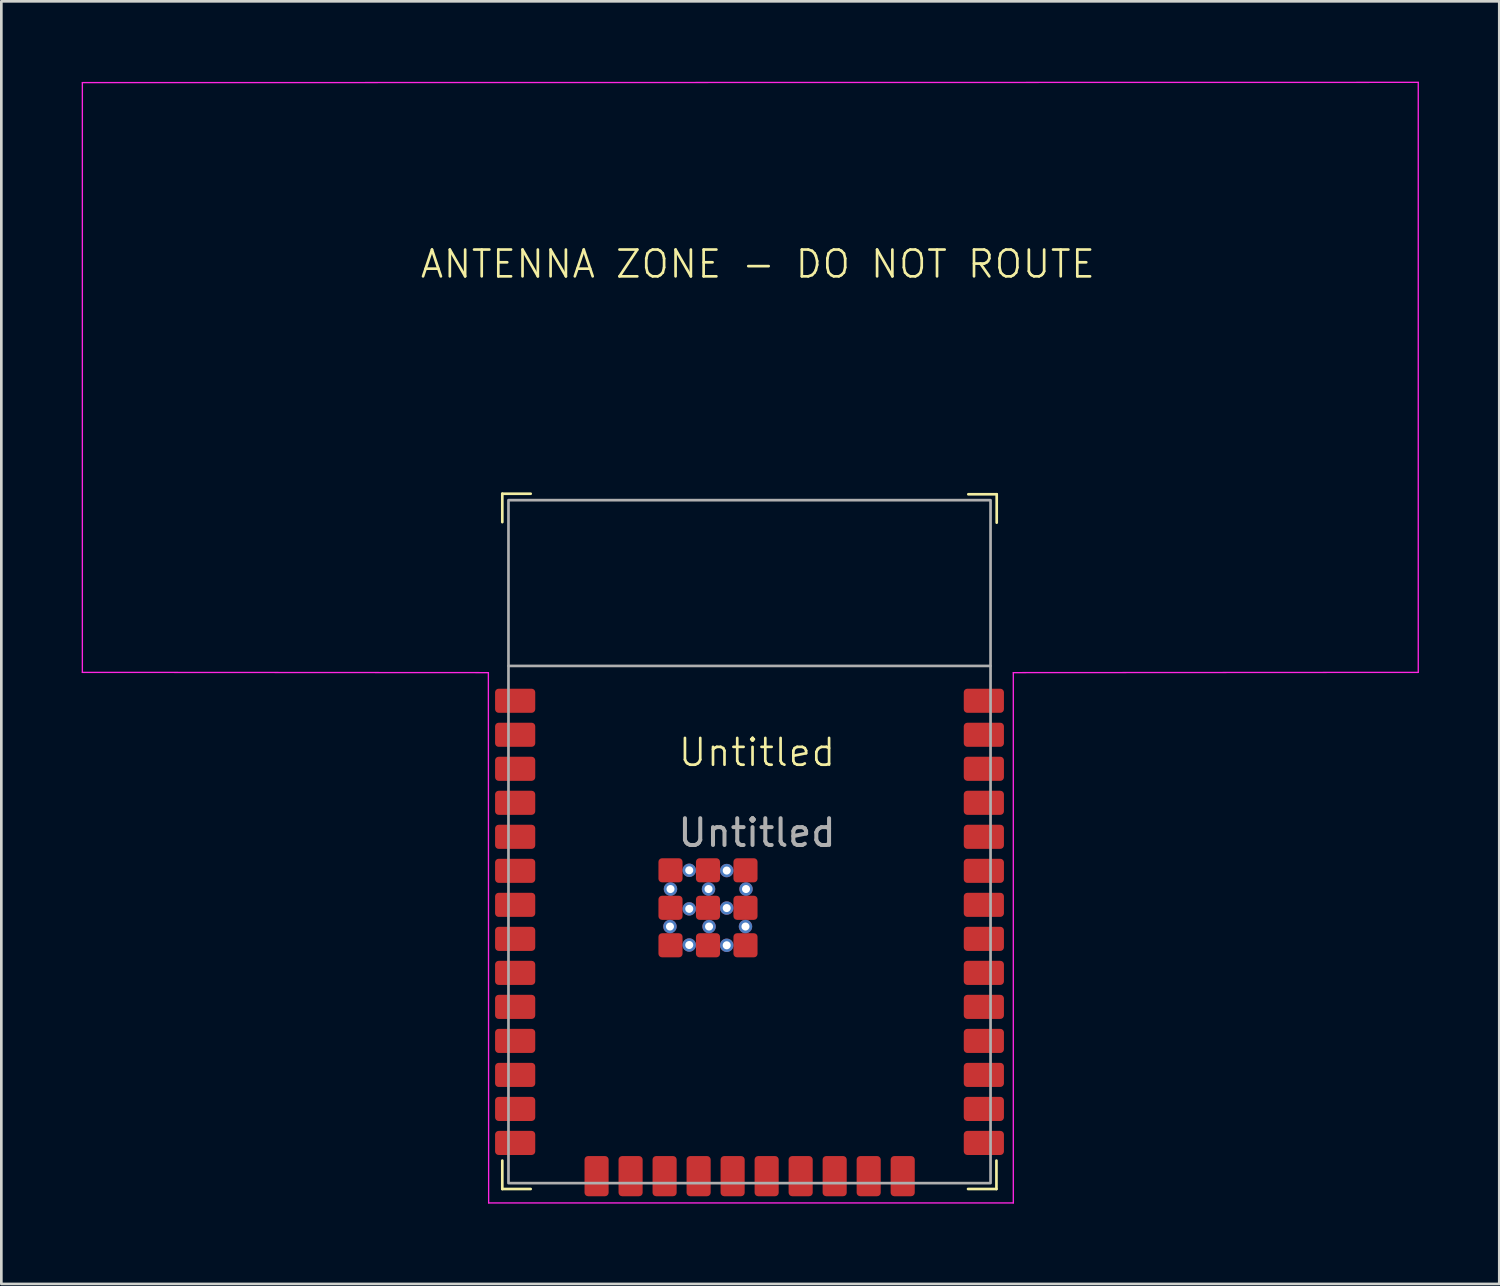
<source format=kicad_pcb>
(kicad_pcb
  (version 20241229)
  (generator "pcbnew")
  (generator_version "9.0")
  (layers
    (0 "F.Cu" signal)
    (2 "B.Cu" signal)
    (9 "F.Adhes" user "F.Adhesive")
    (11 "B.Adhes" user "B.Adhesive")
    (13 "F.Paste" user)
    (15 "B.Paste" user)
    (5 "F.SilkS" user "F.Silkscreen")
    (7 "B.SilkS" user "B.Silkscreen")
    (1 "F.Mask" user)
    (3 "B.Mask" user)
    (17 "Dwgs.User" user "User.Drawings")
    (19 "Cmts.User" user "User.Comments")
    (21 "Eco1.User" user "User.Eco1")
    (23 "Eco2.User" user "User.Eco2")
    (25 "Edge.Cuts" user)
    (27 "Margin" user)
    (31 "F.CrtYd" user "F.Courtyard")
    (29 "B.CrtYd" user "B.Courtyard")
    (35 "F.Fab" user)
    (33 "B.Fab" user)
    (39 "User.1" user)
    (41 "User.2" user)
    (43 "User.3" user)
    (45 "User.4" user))
  (footprint "Untitled"
    (layer "F.Cu")
    (at 24.935 28.125)
    (property "Reference" "Untitled" (at 0.28 -3.08 0) (unlocked yes) (layer "F.SilkS") (effects (font (size 1 1) (thickness 0.1))))
    (attr smd)
    (fp_line (start -9.23 -12.74) (end -9.23 -11.68) (stroke (width 0.1) (type default)) (layer "F.SilkS"))
    (fp_line (start -9.23 12.16) (end -9.23 13.22) (stroke (width 0.1) (type default)) (layer "F.SilkS"))
    (fp_line (start -9.23 13.22) (end -8.17 13.22) (stroke (width 0.1) (type default)) (layer "F.SilkS"))
    (fp_line (start -8.17 -12.74) (end -9.23 -12.74) (stroke (width 0.1) (type default)) (layer "F.SilkS"))
    (fp_line (start 8.16 13.22) (end 9.22 13.22) (stroke (width 0.1) (type default)) (layer "F.SilkS"))
    (fp_line (start 9.22 13.22) (end 9.22 12.16) (stroke (width 0.1) (type default)) (layer "F.SilkS"))
    (fp_line (start 9.23 -12.72) (end 8.17 -12.72) (stroke (width 0.1) (type default)) (layer "F.SilkS"))
    (fp_line (start 9.23 -11.66) (end 9.23 -12.72) (stroke (width 0.1) (type default)) (layer "F.SilkS"))
    (fp_line (start -24.91 -28.09) (end 24.97 -28.1) (stroke (width 0.05) (type default)) (layer "F.CrtYd"))
    (fp_line (start -24.91 -6.07) (end -24.91 -28.09) (stroke (width 0.05) (type default)) (layer "F.CrtYd"))
    (fp_line (start -9.75 -6.06) (end -24.91 -6.07) (stroke (width 0.05) (type default)) (layer "F.CrtYd"))
    (fp_line (start -9.75 -6.06) (end -9.74 13.74) (stroke (width 0.05) (type default)) (layer "F.CrtYd"))
    (fp_line (start -9.74 13.74) (end 9.85 13.74) (stroke (width 0.05) (type default)) (layer "F.CrtYd"))
    (fp_line (start 9.85 13.74) (end 9.85 -6.06) (stroke (width 0.05) (type default)) (layer "F.CrtYd"))
    (fp_line (start 24.97 -28.1) (end 24.97 -6.07) (stroke (width 0.05) (type default)) (layer "F.CrtYd"))
    (fp_line (start 24.97 -6.07) (end 9.85 -6.06) (stroke (width 0.05) (type default)) (layer "F.CrtYd"))
    (fp_line (start -8.995 -6.31) (end 8.995 -6.31) (stroke (width 0.1) (type default)) (layer "F.Fab"))
    (fp_rect (start -9 -12.5) (end 9 13) (stroke (width 0.1) (type default)) (fill no) (layer "F.Fab"))
    (fp_text user "ANTENNA ZONE - DO NOT ROUTE" (at -12.35 -20.73 0) (unlocked yes) (layer "F.SilkS") (effects (font (size 1 1) (thickness 0.1)) (justify left bottom)))
    (fp_text user "${REFERENCE}" (at 0.28 -0.08 0) (unlocked yes) (layer "F.Fab") (effects (font (size 1 1) (thickness 0.15))))
    (pad "1" smd roundrect (at -8.75 -5.01) (size 1.5 0.9) (layers "F.Cu" "F.Mask" "F.Paste") (roundrect_rratio 0.15))
    (pad "2" smd roundrect (at -8.75 -3.74) (size 1.5 0.9) (layers "F.Cu" "F.Mask" "F.Paste") (roundrect_rratio 0.15))
    (pad "3" smd roundrect (at -8.75 -2.47) (size 1.5 0.9) (layers "F.Cu" "F.Mask" "F.Paste") (roundrect_rratio 0.15))
    (pad "4" smd roundrect (at -8.75 -1.2) (size 1.5 0.9) (layers "F.Cu" "F.Mask" "F.Paste") (roundrect_rratio 0.15))
    (pad "5" smd roundrect (at -8.75 0.07) (size 1.5 0.9) (layers "F.Cu" "F.Mask" "F.Paste") (roundrect_rratio 0.15))
    (pad "6" smd roundrect (at -8.75 1.34) (size 1.5 0.9) (layers "F.Cu" "F.Mask" "F.Paste") (roundrect_rratio 0.15))
    (pad "7" smd roundrect (at -8.75 2.61) (size 1.5 0.9) (layers "F.Cu" "F.Mask" "F.Paste") (roundrect_rratio 0.15))
    (pad "8" smd roundrect (at -8.75 3.88) (size 1.5 0.9) (layers "F.Cu" "F.Mask" "F.Paste") (roundrect_rratio 0.15))
    (pad "9" smd roundrect (at -8.75 5.15) (size 1.5 0.9) (layers "F.Cu" "F.Mask" "F.Paste") (roundrect_rratio 0.15))
    (pad "10" smd roundrect (at -8.75 6.42) (size 1.5 0.9) (layers "F.Cu" "F.Mask" "F.Paste") (roundrect_rratio 0.15))
    (pad "11" smd roundrect (at -8.75 7.69) (size 1.5 0.9) (layers "F.Cu" "F.Mask" "F.Paste") (roundrect_rratio 0.15))
    (pad "12" smd roundrect (at -8.75 8.96) (size 1.5 0.9) (layers "F.Cu" "F.Mask" "F.Paste") (roundrect_rratio 0.15))
    (pad "13" smd roundrect (at -8.75 10.23) (size 1.5 0.9) (layers "F.Cu" "F.Mask" "F.Paste") (roundrect_rratio 0.15))
    (pad "14" smd roundrect (at -8.75 11.5) (size 1.5 0.9) (layers "F.Cu" "F.Mask" "F.Paste") (roundrect_rratio 0.15))
    (pad "15" smd roundrect (at -5.71 12.74 90) (size 1.5 0.9) (layers "F.Cu" "F.Mask" "F.Paste") (roundrect_rratio 0.15))
    (pad "16" smd roundrect (at -4.44 12.74 90) (size 1.5 0.9) (layers "F.Cu" "F.Mask" "F.Paste") (roundrect_rratio 0.15))
    (pad "17" smd roundrect (at -3.17 12.74 90) (size 1.5 0.9) (layers "F.Cu" "F.Mask" "F.Paste") (roundrect_rratio 0.15))
    (pad "18" smd roundrect (at -1.9 12.74 90) (size 1.5 0.9) (layers "F.Cu" "F.Mask" "F.Paste") (roundrect_rratio 0.15))
    (pad "19" smd roundrect (at -0.63 12.74 90) (size 1.5 0.9) (layers "F.Cu" "F.Mask" "F.Paste") (roundrect_rratio 0.15))
    (pad "20" smd roundrect (at 0.64 12.74 90) (size 1.5 0.9) (layers "F.Cu" "F.Mask" "F.Paste") (roundrect_rratio 0.15))
    (pad "21" smd roundrect (at 1.91 12.74 90) (size 1.5 0.9) (layers "F.Cu" "F.Mask" "F.Paste") (roundrect_rratio 0.15))
    (pad "22" smd roundrect (at 3.18 12.74 90) (size 1.5 0.9) (layers "F.Cu" "F.Mask" "F.Paste") (roundrect_rratio 0.15))
    (pad "23" smd roundrect (at 4.45 12.74 90) (size 1.5 0.9) (layers "F.Cu" "F.Mask" "F.Paste") (roundrect_rratio 0.15))
    (pad "24" smd roundrect (at 5.72 12.74 90) (size 1.5 0.9) (layers "F.Cu" "F.Mask" "F.Paste") (roundrect_rratio 0.15))
    (pad "25" smd roundrect (at 8.75 11.5) (size 1.5 0.9) (layers "F.Cu" "F.Mask" "F.Paste") (roundrect_rratio 0.15))
    (pad "26" smd roundrect (at 8.75 10.23) (size 1.5 0.9) (layers "F.Cu" "F.Mask" "F.Paste") (roundrect_rratio 0.15))
    (pad "27" smd roundrect (at 8.75 8.96) (size 1.5 0.9) (layers "F.Cu" "F.Mask" "F.Paste") (roundrect_rratio 0.15))
    (pad "28" smd roundrect (at 8.75 7.69) (size 1.5 0.9) (layers "F.Cu" "F.Mask" "F.Paste") (roundrect_rratio 0.15))
    (pad "29" smd roundrect (at 8.75 6.42) (size 1.5 0.9) (layers "F.Cu" "F.Mask" "F.Paste") (roundrect_rratio 0.15))
    (pad "30" smd roundrect (at 8.75 5.15) (size 1.5 0.9) (layers "F.Cu" "F.Mask" "F.Paste") (roundrect_rratio 0.15))
    (pad "31" smd roundrect (at 8.75 3.88) (size 1.5 0.9) (layers "F.Cu" "F.Mask" "F.Paste") (roundrect_rratio 0.15))
    (pad "32" smd roundrect (at 8.75 2.61) (size 1.5 0.9) (layers "F.Cu" "F.Mask" "F.Paste") (roundrect_rratio 0.15))
    (pad "33" smd roundrect (at 8.75 1.34) (size 1.5 0.9) (layers "F.Cu" "F.Mask" "F.Paste") (roundrect_rratio 0.15))
    (pad "34" smd roundrect (at 8.75 0.07) (size 1.5 0.9) (layers "F.Cu" "F.Mask" "F.Paste") (roundrect_rratio 0.15))
    (pad "35" smd roundrect (at 8.75 -1.2) (size 1.5 0.9) (layers "F.Cu" "F.Mask" "F.Paste") (roundrect_rratio 0.15))
    (pad "36" smd roundrect (at 8.75 -2.47) (size 1.5 0.9) (layers "F.Cu" "F.Mask" "F.Paste") (roundrect_rratio 0.15))
    (pad "37" smd roundrect (at 8.75 -3.74) (size 1.5 0.9) (layers "F.Cu" "F.Mask" "F.Paste") (roundrect_rratio 0.15))
    (pad "38" smd roundrect (at 8.75 -5.01) (size 1.5 0.9) (layers "F.Cu" "F.Mask" "F.Paste") (roundrect_rratio 0.15))
    (pad "39" smd roundrect (at -2.95 1.32) (size 0.9 0.9) (layers "F.Cu" "F.Mask" "F.Paste") (roundrect_rratio 0.15))
    (pad "40" smd roundrect (at -1.55 1.32) (size 0.9 0.9) (layers "F.Cu" "F.Mask" "F.Paste") (roundrect_rratio 0.15))
    (pad "41" smd roundrect (at -0.15 1.32) (size 0.9 0.9) (layers "F.Cu" "F.Mask" "F.Paste") (roundrect_rratio 0.15))
    (pad "42" smd roundrect (at -2.95 2.72) (size 0.9 0.9) (layers "F.Cu" "F.Mask" "F.Paste") (roundrect_rratio 0.15))
    (pad "43" smd roundrect (at -1.55 2.72) (size 0.9 0.9) (layers "F.Cu" "F.Mask" "F.Paste") (roundrect_rratio 0.15))
    (pad "44" smd roundrect (at -0.15 2.72) (size 0.9 0.9) (layers "F.Cu" "F.Mask" "F.Paste") (roundrect_rratio 0.15))
    (pad "45" smd roundrect (at -2.95 4.12) (size 0.9 0.9) (layers "F.Cu" "F.Mask" "F.Paste") (roundrect_rratio 0.15))
    (pad "46" smd roundrect (at -1.55 4.12) (size 0.9 0.9) (layers "F.Cu" "F.Mask" "F.Paste") (roundrect_rratio 0.15))
    (pad "47" smd roundrect (at -0.15 4.12) (size 0.9 0.9) (layers "F.Cu" "F.Mask" "F.Paste") (roundrect_rratio 0.15))
    (pad "48" thru_hole circle (at -2.25 1.32) (size 0.5 0.5) (drill 0.3) (layers "*.Cu" "*.Mask"))
    (pad "49" thru_hole circle (at -0.85 1.33) (size 0.5 0.5) (drill 0.3) (layers "*.Cu" "*.Mask"))
    (pad "50" thru_hole circle (at -2.95 2.02) (size 0.5 0.5) (drill 0.3) (layers "*.Cu" "*.Mask"))
    (pad "51" thru_hole circle (at -1.53 2.02) (size 0.5 0.5) (drill 0.3) (layers "*.Cu" "*.Mask"))
    (pad "52" thru_hole circle (at -0.13 2.02) (size 0.5 0.5) (drill 0.3) (layers "*.Cu" "*.Mask"))
    (pad "53" thru_hole circle (at -2.25 2.76) (size 0.5 0.5) (drill 0.3) (layers "*.Cu" "*.Mask"))
    (pad "54" thru_hole circle (at -0.85 2.73) (size 0.5 0.5) (drill 0.3) (layers "*.Cu" "*.Mask"))
    (pad "55" thru_hole circle (at -2.97 3.42) (size 0.5 0.5) (drill 0.3) (layers "*.Cu" "*.Mask"))
    (pad "56" thru_hole circle (at -1.51 3.42) (size 0.5 0.5) (drill 0.3) (layers "*.Cu" "*.Mask"))
    (pad "57" thru_hole circle (at -0.15 3.42) (size 0.5 0.5) (drill 0.3) (layers "*.Cu" "*.Mask"))
    (pad "58" thru_hole circle (at -2.25 4.11) (size 0.5 0.5) (drill 0.3) (layers "*.Cu" "*.Mask"))
    (pad "59" thru_hole circle (at -0.85 4.12) (size 0.5 0.5) (drill 0.3) (layers "*.Cu" "*.Mask"))
    (zone (net_name "") (layer "F.Cu") (name "ANTENNA ZONE") (hatch edge 0.5) (connect_pads) (min_thickness 0.25) (filled_areas_thickness no) (keepout (tracks not_allowed) (vias not_allowed) (pads not_allowed) (copperpour not_allowed) (footprints allowed)) (placement (enabled no)) (fill) (polygon (pts (xy 34.665 21.825) (xy 49.665 21.825) (xy 49.665 0.245) (xy 0.245 0.245) (xy 0.235 21.815)))))
  (gr_rect
    (start -3 -3)
    (end 52.93 44.89)
    (stroke (width 0.1) (type default))
    (fill no)
    (layer "Edge.Cuts")))
</source>
